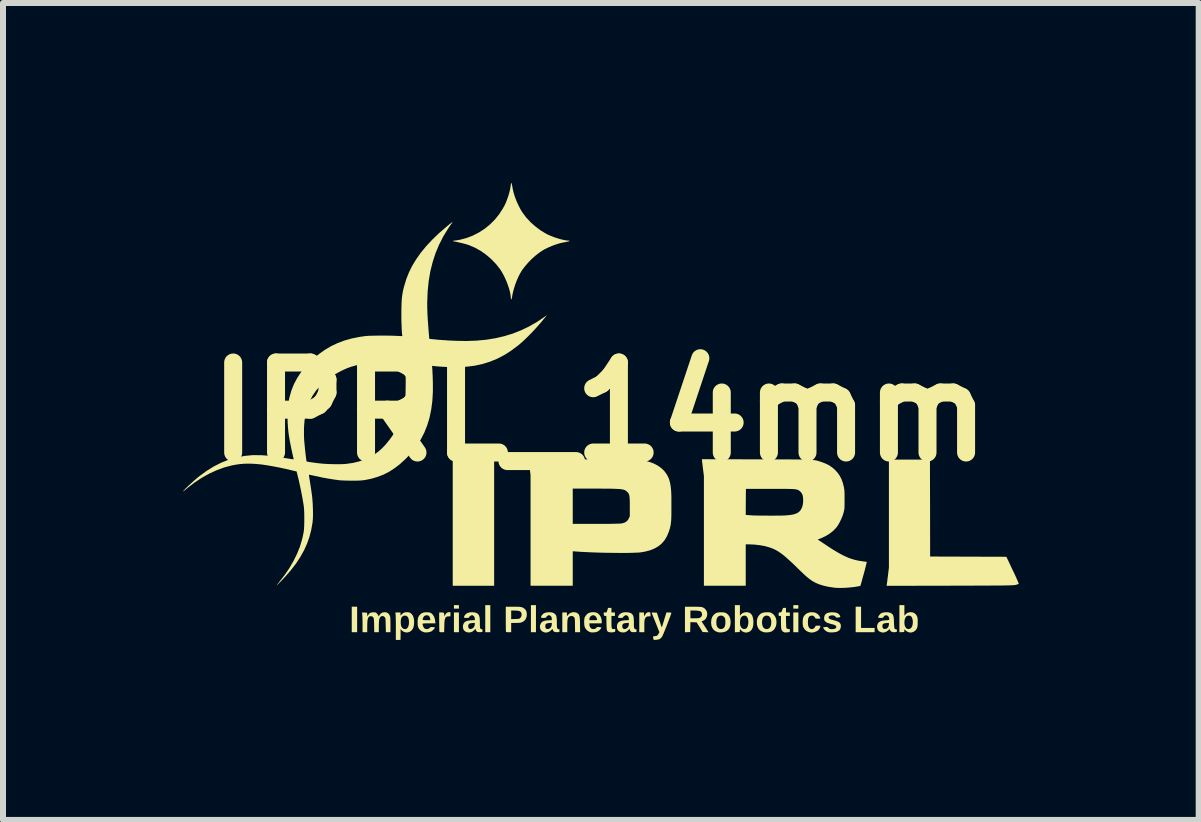
<source format=kicad_pcb>
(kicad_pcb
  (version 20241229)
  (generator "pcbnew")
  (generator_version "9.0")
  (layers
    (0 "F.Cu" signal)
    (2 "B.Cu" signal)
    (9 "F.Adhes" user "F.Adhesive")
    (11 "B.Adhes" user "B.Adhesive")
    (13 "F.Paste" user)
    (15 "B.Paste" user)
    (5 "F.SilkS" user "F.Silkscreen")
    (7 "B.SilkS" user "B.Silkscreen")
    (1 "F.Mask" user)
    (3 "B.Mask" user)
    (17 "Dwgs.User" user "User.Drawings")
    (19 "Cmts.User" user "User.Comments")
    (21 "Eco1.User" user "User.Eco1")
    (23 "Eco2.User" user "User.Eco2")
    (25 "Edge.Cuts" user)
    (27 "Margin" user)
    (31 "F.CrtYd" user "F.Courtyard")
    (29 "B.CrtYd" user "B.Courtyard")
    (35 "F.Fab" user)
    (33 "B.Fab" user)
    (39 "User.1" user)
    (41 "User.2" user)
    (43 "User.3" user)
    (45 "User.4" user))
  (footprint "IPRL_14mm"
    (layer "F.Cu")
    (at 6.943 3.813)
    (property "Reference" "IPRL_14mm" (at 0 0 0) (layer "F.SilkS") (effects (font (size 1.5 1.5) (thickness 0.3))))
    (attr board_only exclude_from_pos_files exclude_from_bom)
    (fp_poly (pts (xy -4.041 3.46) (xy -4.041 3.673) (xy -4.086 3.673) (xy -4.131 3.673) (xy -4.131 3.46) (xy -4.131 3.248) (xy -4.086 3.248) (xy -4.041 3.248)) (stroke (width 0) (type solid)) (fill yes) (layer "F.SilkS"))
    (fp_poly (pts (xy -2.345 3.251) (xy -2.345 3.28) (xy -2.386 3.28) (xy -2.428 3.28) (xy -2.428 3.251) (xy -2.428 3.222) (xy -2.386 3.222) (xy -2.345 3.222)) (stroke (width 0) (type solid)) (fill yes) (layer "F.SilkS"))
    (fp_poly (pts (xy -2.345 3.509) (xy -2.345 3.673) (xy -2.386 3.673) (xy -2.428 3.673) (xy -2.428 3.509) (xy -2.428 3.344) (xy -2.386 3.344) (xy -2.345 3.344)) (stroke (width 0) (type solid)) (fill yes) (layer "F.SilkS"))
    (fp_poly (pts (xy -1.822 3.448) (xy -1.822 3.673) (xy -1.864 3.673) (xy -1.906 3.673) (xy -1.906 3.448) (xy -1.906 3.222) (xy -1.864 3.222) (xy -1.822 3.222)) (stroke (width 0) (type solid)) (fill yes) (layer "F.SilkS"))
    (fp_poly (pts (xy -1.758 1.848) (xy -1.758 2.899) (xy -2.103 2.899) (xy -2.448 2.899) (xy -2.448 1.848) (xy -2.448 0.797) (xy -2.103 0.797) (xy -1.758 0.797)) (stroke (width 0) (type solid)) (fill yes) (layer "F.SilkS"))
    (fp_poly (pts (xy -1.061 3.448) (xy -1.061 3.673) (xy -1.103 3.673) (xy -1.145 3.673) (xy -1.145 3.448) (xy -1.145 3.222) (xy -1.103 3.222) (xy -1.061 3.222)) (stroke (width 0) (type solid)) (fill yes) (layer "F.SilkS"))
    (fp_poly (pts (xy 3.312 3.251) (xy 3.312 3.28) (xy 3.27 3.28) (xy 3.228 3.28) (xy 3.228 3.251) (xy 3.228 3.222) (xy 3.27 3.222) (xy 3.312 3.222)) (stroke (width 0) (type solid)) (fill yes) (layer "F.SilkS"))
    (fp_poly (pts (xy 3.312 3.509) (xy 3.312 3.673) (xy 3.27 3.673) (xy 3.228 3.673) (xy 3.228 3.509) (xy 3.228 3.344) (xy 3.27 3.344) (xy 3.312 3.344)) (stroke (width 0) (type solid)) (fill yes) (layer "F.SilkS"))
    (fp_poly (pts (xy 4.357 3.425) (xy 4.357 3.602) (xy 4.47 3.602) (xy 4.583 3.602) (xy 4.583 3.638) (xy 4.583 3.673) (xy 4.425 3.673) (xy 4.267 3.673) (xy 4.267 3.46) (xy 4.267 3.248) (xy 4.312 3.248) (xy 4.357 3.248)) (stroke (width 0) (type solid)) (fill yes) (layer "F.SilkS"))
    (fp_poly (pts (xy 0.824 3.339) (xy 0.836 3.341) (xy 0.843 3.346) (xy 0.846 3.357) (xy 0.847 3.375) (xy 0.849 3.409) (xy 0.817 3.409) (xy 0.795 3.411) (xy 0.78 3.417) (xy 0.772 3.423) (xy 0.762 3.436) (xy 0.755 3.45) (xy 0.75 3.468) (xy 0.747 3.492) (xy 0.745 3.525) (xy 0.745 3.568) (xy 0.745 3.574) (xy 0.745 3.673) (xy 0.703 3.673) (xy 0.661 3.673) (xy 0.661 3.509) (xy 0.661 3.344) (xy 0.699 3.344) (xy 0.738 3.344) (xy 0.74 3.378) (xy 0.742 3.412) (xy 0.756 3.385) (xy 0.775 3.357) (xy 0.797 3.342) (xy 0.823 3.339)) (stroke (width 0) (type solid)) (fill yes) (layer "F.SilkS"))
    (fp_poly (pts (xy -2.486 3.373) (xy -2.486 3.409) (xy -2.513 3.409) (xy -2.535 3.41) (xy -2.553 3.416) (xy -2.566 3.426) (xy -2.575 3.444) (xy -2.582 3.47) (xy -2.586 3.505) (xy -2.588 3.551) (xy -2.588 3.568) (xy -2.591 3.673) (xy -2.628 3.673) (xy -2.649 3.673) (xy -2.664 3.671) (xy -2.669 3.669) (xy -2.67 3.662) (xy -2.671 3.643) (xy -2.672 3.615) (xy -2.673 3.58) (xy -2.673 3.539) (xy -2.674 3.504) (xy -2.674 3.344) (xy -2.636 3.344) (xy -2.612 3.345) (xy -2.598 3.35) (xy -2.591 3.361) (xy -2.589 3.382) (xy -2.589 3.388) (xy -2.589 3.412) (xy -2.574 3.384) (xy -2.556 3.358) (xy -2.534 3.343) (xy -2.507 3.338) (xy -2.486 3.338)) (stroke (width 0) (type solid)) (fill yes) (layer "F.SilkS"))
    (fp_poly (pts (xy -0.385 3.348) (xy -0.372 3.355) (xy -0.358 3.366) (xy -0.348 3.378) (xy -0.34 3.392) (xy -0.335 3.409) (xy -0.331 3.433) (xy -0.329 3.465) (xy -0.327 3.507) (xy -0.327 3.543) (xy -0.325 3.673) (xy -0.367 3.673) (xy -0.409 3.673) (xy -0.411 3.554) (xy -0.411 3.512) (xy -0.412 3.481) (xy -0.414 3.459) (xy -0.415 3.444) (xy -0.418 3.434) (xy -0.422 3.427) (xy -0.427 3.42) (xy -0.428 3.419) (xy -0.449 3.406) (xy -0.474 3.402) (xy -0.498 3.409) (xy -0.506 3.413) (xy -0.517 3.423) (xy -0.526 3.436) (xy -0.532 3.454) (xy -0.536 3.478) (xy -0.538 3.511) (xy -0.539 3.554) (xy -0.539 3.57) (xy -0.539 3.673) (xy -0.58 3.673) (xy -0.622 3.673) (xy -0.622 3.509) (xy -0.622 3.344) (xy -0.584 3.344) (xy -0.545 3.344) (xy -0.545 3.373) (xy -0.544 3.393) (xy -0.54 3.401) (xy -0.533 3.396) (xy -0.523 3.382) (xy -0.504 3.362) (xy -0.477 3.348) (xy -0.446 3.34) (xy -0.414 3.34)) (stroke (width 0) (type solid)) (fill yes) (layer "F.SilkS"))
    (fp_poly (pts (xy 5.507 1.604) (xy 5.508 2.412) (xy 6.144 2.414) (xy 6.779 2.416) (xy 6.884 2.639) (xy 6.912 2.697) (xy 6.936 2.749) (xy 6.955 2.792) (xy 6.97 2.826) (xy 6.979 2.85) (xy 6.984 2.864) (xy 6.984 2.868) (xy 6.975 2.872) (xy 6.957 2.878) (xy 6.935 2.884) (xy 6.933 2.885) (xy 6.927 2.886) (xy 6.919 2.887) (xy 6.909 2.888) (xy 6.896 2.89) (xy 6.88 2.89) (xy 6.861 2.891) (xy 6.837 2.892) (xy 6.807 2.893) (xy 6.773 2.893) (xy 6.732 2.894) (xy 6.684 2.895) (xy 6.629 2.895) (xy 6.566 2.895) (xy 6.494 2.896) (xy 6.413 2.896) (xy 6.322 2.896) (xy 6.221 2.897) (xy 6.108 2.897) (xy 5.984 2.897) (xy 5.848 2.898) (xy 5.835 2.898) (xy 4.782 2.9) (xy 4.786 2.879) (xy 4.787 2.866) (xy 4.791 2.842) (xy 4.795 2.811) (xy 4.799 2.774) (xy 4.805 2.733) (xy 4.805 2.728) (xy 4.821 2.598) (xy 4.821 1.697) (xy 4.821 0.797) (xy 5.163 0.797) (xy 5.505 0.797)) (stroke (width 0) (type solid)) (fill yes) (layer "F.SilkS"))
    (fp_poly (pts (xy 0.197 3.306) (xy 0.197 3.344) (xy 0.226 3.344) (xy 0.255 3.344) (xy 0.255 3.373) (xy 0.255 3.402) (xy 0.226 3.402) (xy 0.197 3.402) (xy 0.197 3.502) (xy 0.197 3.545) (xy 0.198 3.577) (xy 0.201 3.598) (xy 0.207 3.612) (xy 0.215 3.619) (xy 0.226 3.621) (xy 0.24 3.62) (xy 0.254 3.618) (xy 0.26 3.622) (xy 0.261 3.634) (xy 0.261 3.641) (xy 0.259 3.659) (xy 0.253 3.668) (xy 0.25 3.669) (xy 0.225 3.674) (xy 0.197 3.676) (xy 0.171 3.675) (xy 0.161 3.673) (xy 0.146 3.668) (xy 0.135 3.662) (xy 0.127 3.652) (xy 0.121 3.638) (xy 0.118 3.617) (xy 0.116 3.588) (xy 0.115 3.549) (xy 0.114 3.521) (xy 0.112 3.403) (xy 0.092 3.401) (xy 0.078 3.399) (xy 0.072 3.393) (xy 0.07 3.378) (xy 0.069 3.372) (xy 0.067 3.344) (xy 0.092 3.344) (xy 0.106 3.344) (xy 0.115 3.341) (xy 0.12 3.331) (xy 0.126 3.314) (xy 0.129 3.306) (xy 0.141 3.267) (xy 0.169 3.267) (xy 0.197 3.267)) (stroke (width 0) (type solid)) (fill yes) (layer "F.SilkS"))
    (fp_poly (pts (xy 1.553 3.248) (xy 1.598 3.248) (xy 1.638 3.249) (xy 1.671 3.251) (xy 1.696 3.253) (xy 1.709 3.255) (xy 1.738 3.269) (xy 1.763 3.291) (xy 1.783 3.32) (xy 1.79 3.338) (xy 1.794 3.374) (xy 1.788 3.41) (xy 1.773 3.442) (xy 1.75 3.468) (xy 1.725 3.482) (xy 1.699 3.493) (xy 1.736 3.549) (xy 1.754 3.577) (xy 1.773 3.606) (xy 1.789 3.631) (xy 1.794 3.64) (xy 1.816 3.674) (xy 1.766 3.672) (xy 1.716 3.67) (xy 1.667 3.589) (xy 1.617 3.509) (xy 1.565 3.507) (xy 1.513 3.505) (xy 1.511 3.588) (xy 1.509 3.67) (xy 1.466 3.672) (xy 1.422 3.674) (xy 1.422 3.461) (xy 1.422 3.377) (xy 1.513 3.377) (xy 1.513 3.441) (xy 1.584 3.441) (xy 1.622 3.44) (xy 1.65 3.438) (xy 1.668 3.434) (xy 1.674 3.431) (xy 1.694 3.415) (xy 1.705 3.393) (xy 1.706 3.377) (xy 1.703 3.353) (xy 1.695 3.336) (xy 1.678 3.324) (xy 1.653 3.317) (xy 1.618 3.313) (xy 1.584 3.312) (xy 1.513 3.312) (xy 1.513 3.377) (xy 1.422 3.377) (xy 1.422 3.248)) (stroke (width 0) (type solid)) (fill yes) (layer "F.SilkS"))
    (fp_poly (pts (xy 2.816 3.341) (xy 2.836 3.343) (xy 2.851 3.347) (xy 2.866 3.354) (xy 2.877 3.361) (xy 2.906 3.386) (xy 2.928 3.418) (xy 2.942 3.455) (xy 2.947 3.495) (xy 2.946 3.536) (xy 2.937 3.575) (xy 2.92 3.61) (xy 2.897 3.639) (xy 2.866 3.66) (xy 2.86 3.663) (xy 2.824 3.673) (xy 2.783 3.677) (xy 2.745 3.674) (xy 2.731 3.671) (xy 2.689 3.654) (xy 2.658 3.628) (xy 2.636 3.593) (xy 2.623 3.55) (xy 2.62 3.509) (xy 2.62 3.509) (xy 2.706 3.509) (xy 2.71 3.55) (xy 2.721 3.583) (xy 2.739 3.606) (xy 2.764 3.619) (xy 2.783 3.622) (xy 2.81 3.616) (xy 2.828 3.605) (xy 2.845 3.584) (xy 2.856 3.555) (xy 2.86 3.517) (xy 2.861 3.504) (xy 2.857 3.463) (xy 2.845 3.431) (xy 2.826 3.409) (xy 2.799 3.398) (xy 2.781 3.396) (xy 2.754 3.402) (xy 2.732 3.419) (xy 2.716 3.445) (xy 2.708 3.481) (xy 2.706 3.509) (xy 2.62 3.509) (xy 2.623 3.465) (xy 2.634 3.428) (xy 2.652 3.397) (xy 2.655 3.394) (xy 2.678 3.37) (xy 2.704 3.354) (xy 2.735 3.345) (xy 2.774 3.341) (xy 2.787 3.341)) (stroke (width 0) (type solid)) (fill yes) (layer "F.SilkS"))
    (fp_poly (pts (xy -1.394 3.248) (xy -1.356 3.249) (xy -1.327 3.251) (xy -1.304 3.255) (xy -1.287 3.26) (xy -1.271 3.268) (xy -1.256 3.278) (xy -1.256 3.278) (xy -1.234 3.3) (xy -1.22 3.327) (xy -1.214 3.361) (xy -1.213 3.377) (xy -1.218 3.42) (xy -1.234 3.457) (xy -1.26 3.487) (xy -1.295 3.507) (xy -1.305 3.511) (xy -1.321 3.514) (xy -1.345 3.517) (xy -1.376 3.518) (xy -1.401 3.518) (xy -1.474 3.518) (xy -1.474 3.596) (xy -1.474 3.673) (xy -1.515 3.673) (xy -1.537 3.673) (xy -1.553 3.671) (xy -1.56 3.669) (xy -1.561 3.662) (xy -1.562 3.643) (xy -1.563 3.615) (xy -1.563 3.578) (xy -1.564 3.535) (xy -1.564 3.486) (xy -1.564 3.456) (xy -1.564 3.384) (xy -1.474 3.384) (xy -1.474 3.455) (xy -1.406 3.453) (xy -1.375 3.452) (xy -1.355 3.45) (xy -1.341 3.448) (xy -1.332 3.443) (xy -1.324 3.436) (xy -1.318 3.43) (xy -1.305 3.41) (xy -1.3 3.388) (xy -1.3 3.382) (xy -1.302 3.357) (xy -1.312 3.337) (xy -1.329 3.324) (xy -1.355 3.316) (xy -1.392 3.313) (xy -1.416 3.312) (xy -1.474 3.312) (xy -1.474 3.384) (xy -1.564 3.384) (xy -1.564 3.248) (xy -1.443 3.248)) (stroke (width 0) (type solid)) (fill yes) (layer "F.SilkS"))
    (fp_poly (pts (xy 2.061 3.342) (xy 2.088 3.347) (xy 2.103 3.352) (xy 2.138 3.377) (xy 2.163 3.411) (xy 2.178 3.453) (xy 2.183 3.503) (xy 2.183 3.508) (xy 2.178 3.559) (xy 2.164 3.601) (xy 2.14 3.634) (xy 2.108 3.658) (xy 2.104 3.66) (xy 2.073 3.67) (xy 2.036 3.676) (xy 1.999 3.677) (xy 1.975 3.673) (xy 1.938 3.66) (xy 1.909 3.641) (xy 1.895 3.626) (xy 1.876 3.598) (xy 1.864 3.567) (xy 1.859 3.528) (xy 1.858 3.506) (xy 1.859 3.5) (xy 1.945 3.5) (xy 1.946 3.533) (xy 1.95 3.562) (xy 1.954 3.572) (xy 1.97 3.598) (xy 1.993 3.615) (xy 2.02 3.621) (xy 2.048 3.616) (xy 2.054 3.613) (xy 2.074 3.598) (xy 2.087 3.574) (xy 2.094 3.541) (xy 2.096 3.506) (xy 2.095 3.474) (xy 2.092 3.453) (xy 2.087 3.436) (xy 2.084 3.43) (xy 2.064 3.409) (xy 2.04 3.397) (xy 2.014 3.396) (xy 1.989 3.403) (xy 1.967 3.42) (xy 1.955 3.441) (xy 1.948 3.467) (xy 1.945 3.5) (xy 1.859 3.5) (xy 1.863 3.456) (xy 1.878 3.415) (xy 1.903 3.382) (xy 1.937 3.356) (xy 1.943 3.353) (xy 1.965 3.346) (xy 1.995 3.342) (xy 2.028 3.341)) (stroke (width 0) (type solid)) (fill yes) (layer "F.SilkS"))
    (fp_poly (pts (xy 3.106 3.306) (xy 3.106 3.344) (xy 3.138 3.344) (xy 3.17 3.344) (xy 3.17 3.373) (xy 3.17 3.402) (xy 3.137 3.402) (xy 3.105 3.402) (xy 3.107 3.503) (xy 3.108 3.541) (xy 3.109 3.569) (xy 3.11 3.588) (xy 3.113 3.6) (xy 3.116 3.607) (xy 3.121 3.612) (xy 3.122 3.613) (xy 3.138 3.619) (xy 3.152 3.62) (xy 3.164 3.619) (xy 3.169 3.624) (xy 3.17 3.638) (xy 3.17 3.642) (xy 3.169 3.658) (xy 3.166 3.668) (xy 3.165 3.669) (xy 3.155 3.672) (xy 3.136 3.674) (xy 3.114 3.676) (xy 3.093 3.677) (xy 3.079 3.676) (xy 3.077 3.675) (xy 3.055 3.664) (xy 3.038 3.643) (xy 3.028 3.622) (xy 3.026 3.608) (xy 3.024 3.583) (xy 3.023 3.552) (xy 3.022 3.516) (xy 3.022 3.501) (xy 3.022 3.402) (xy 3.002 3.402) (xy 2.991 3.402) (xy 2.985 3.397) (xy 2.983 3.384) (xy 2.983 3.374) (xy 2.984 3.356) (xy 2.987 3.347) (xy 2.997 3.344) (xy 3.007 3.343) (xy 3.02 3.341) (xy 3.029 3.336) (xy 3.035 3.325) (xy 3.042 3.305) (xy 3.043 3.304) (xy 3.05 3.284) (xy 3.056 3.272) (xy 3.064 3.268) (xy 3.077 3.267) (xy 3.08 3.267) (xy 3.106 3.267)) (stroke (width 0) (type solid)) (fill yes) (layer "F.SilkS"))
    (fp_poly (pts (xy 2.338 3.31) (xy 2.338 3.399) (xy 2.354 3.379) (xy 2.379 3.357) (xy 2.411 3.344) (xy 2.448 3.339) (xy 2.461 3.34) (xy 2.495 3.348) (xy 2.521 3.365) (xy 2.541 3.392) (xy 2.554 3.428) (xy 2.561 3.475) (xy 2.563 3.494) (xy 2.561 3.548) (xy 2.552 3.594) (xy 2.535 3.63) (xy 2.51 3.656) (xy 2.479 3.672) (xy 2.477 3.672) (xy 2.451 3.678) (xy 2.429 3.678) (xy 2.406 3.672) (xy 2.399 3.67) (xy 2.378 3.659) (xy 2.359 3.643) (xy 2.356 3.64) (xy 2.339 3.62) (xy 2.337 3.645) (xy 2.335 3.67) (xy 2.295 3.672) (xy 2.254 3.674) (xy 2.254 3.513) (xy 2.339 3.513) (xy 2.341 3.544) (xy 2.344 3.562) (xy 2.357 3.59) (xy 2.376 3.61) (xy 2.401 3.62) (xy 2.427 3.618) (xy 2.437 3.614) (xy 2.455 3.6) (xy 2.467 3.576) (xy 2.475 3.546) (xy 2.479 3.513) (xy 2.478 3.479) (xy 2.471 3.448) (xy 2.459 3.422) (xy 2.451 3.411) (xy 2.43 3.398) (xy 2.406 3.396) (xy 2.382 3.404) (xy 2.361 3.42) (xy 2.354 3.43) (xy 2.346 3.451) (xy 2.341 3.48) (xy 2.339 3.513) (xy 2.254 3.513) (xy 2.254 3.448) (xy 2.254 3.222) (xy 2.296 3.222) (xy 2.338 3.222)) (stroke (width 0) (type solid)) (fill yes) (layer "F.SilkS"))
    (fp_poly (pts (xy 5.079 3.31) (xy 5.079 3.399) (xy 5.095 3.379) (xy 5.121 3.356) (xy 5.152 3.343) (xy 5.187 3.339) (xy 5.221 3.344) (xy 5.251 3.359) (xy 5.259 3.366) (xy 5.277 3.385) (xy 5.289 3.406) (xy 5.297 3.432) (xy 5.301 3.465) (xy 5.301 3.506) (xy 5.3 3.547) (xy 5.297 3.579) (xy 5.29 3.603) (xy 5.28 3.623) (xy 5.264 3.642) (xy 5.26 3.647) (xy 5.234 3.665) (xy 5.204 3.676) (xy 5.179 3.679) (xy 5.165 3.677) (xy 5.146 3.672) (xy 5.141 3.67) (xy 5.119 3.659) (xy 5.1 3.644) (xy 5.097 3.642) (xy 5.08 3.622) (xy 5.078 3.646) (xy 5.076 3.67) (xy 5.036 3.672) (xy 4.996 3.674) (xy 4.996 3.516) (xy 5.079 3.516) (xy 5.082 3.55) (xy 5.09 3.577) (xy 5.105 3.602) (xy 5.126 3.617) (xy 5.151 3.621) (xy 5.176 3.614) (xy 5.188 3.605) (xy 5.203 3.585) (xy 5.214 3.558) (xy 5.219 3.526) (xy 5.22 3.492) (xy 5.215 3.459) (xy 5.206 3.431) (xy 5.193 3.41) (xy 5.183 3.403) (xy 5.16 3.396) (xy 5.135 3.398) (xy 5.115 3.406) (xy 5.1 3.423) (xy 5.088 3.449) (xy 5.081 3.481) (xy 5.079 3.516) (xy 4.996 3.516) (xy 4.996 3.448) (xy 4.996 3.222) (xy 5.037 3.222) (xy 5.079 3.222)) (stroke (width 0) (type solid)) (fill yes) (layer "F.SilkS"))
    (fp_poly (pts (xy 3.563 3.341) (xy 3.603 3.351) (xy 3.636 3.372) (xy 3.662 3.401) (xy 3.676 3.433) (xy 3.678 3.441) (xy 3.675 3.445) (xy 3.665 3.447) (xy 3.646 3.447) (xy 3.638 3.448) (xy 3.617 3.447) (xy 3.602 3.445) (xy 3.596 3.442) (xy 3.592 3.433) (xy 3.583 3.42) (xy 3.579 3.416) (xy 3.563 3.401) (xy 3.546 3.396) (xy 3.54 3.396) (xy 3.513 3.4) (xy 3.494 3.411) (xy 3.48 3.432) (xy 3.473 3.463) (xy 3.471 3.506) (xy 3.473 3.55) (xy 3.482 3.583) (xy 3.497 3.606) (xy 3.518 3.618) (xy 3.542 3.622) (xy 3.557 3.617) (xy 3.574 3.606) (xy 3.588 3.591) (xy 3.595 3.577) (xy 3.596 3.574) (xy 3.598 3.568) (xy 3.607 3.565) (xy 3.625 3.564) (xy 3.638 3.564) (xy 3.663 3.564) (xy 3.676 3.568) (xy 3.679 3.578) (xy 3.674 3.594) (xy 3.667 3.609) (xy 3.646 3.637) (xy 3.615 3.658) (xy 3.578 3.672) (xy 3.577 3.673) (xy 3.547 3.678) (xy 3.522 3.678) (xy 3.495 3.673) (xy 3.484 3.67) (xy 3.45 3.655) (xy 3.421 3.63) (xy 3.399 3.597) (xy 3.392 3.581) (xy 3.386 3.555) (xy 3.384 3.522) (xy 3.384 3.488) (xy 3.388 3.455) (xy 3.393 3.428) (xy 3.397 3.418) (xy 3.422 3.383) (xy 3.455 3.358) (xy 3.495 3.344) (xy 3.517 3.34)) (stroke (width 0) (type solid)) (fill yes) (layer "F.SilkS"))
    (fp_poly (pts (xy -3.164 3.346) (xy -3.137 3.365) (xy -3.115 3.393) (xy -3.101 3.427) (xy -3.093 3.469) (xy -3.091 3.514) (xy -3.095 3.558) (xy -3.105 3.598) (xy -3.114 3.618) (xy -3.137 3.647) (xy -3.166 3.667) (xy -3.199 3.677) (xy -3.233 3.676) (xy -3.266 3.666) (xy -3.296 3.645) (xy -3.298 3.643) (xy -3.32 3.62) (xy -3.318 3.645) (xy -3.317 3.662) (xy -3.317 3.688) (xy -3.317 3.719) (xy -3.317 3.736) (xy -3.319 3.802) (xy -3.357 3.802) (xy -3.396 3.802) (xy -3.396 3.603) (xy -3.396 3.552) (xy -3.396 3.515) (xy -3.315 3.515) (xy -3.312 3.546) (xy -3.307 3.571) (xy -3.304 3.581) (xy -3.286 3.604) (xy -3.264 3.618) (xy -3.24 3.622) (xy -3.217 3.615) (xy -3.206 3.606) (xy -3.191 3.584) (xy -3.181 3.553) (xy -3.177 3.517) (xy -3.178 3.48) (xy -3.184 3.446) (xy -3.197 3.42) (xy -3.216 3.403) (xy -3.239 3.396) (xy -3.262 3.398) (xy -3.284 3.409) (xy -3.301 3.428) (xy -3.31 3.453) (xy -3.314 3.482) (xy -3.315 3.515) (xy -3.396 3.515) (xy -3.396 3.504) (xy -3.397 3.461) (xy -3.398 3.424) (xy -3.399 3.396) (xy -3.4 3.378) (xy -3.4 3.374) (xy -3.404 3.344) (xy -3.361 3.344) (xy -3.319 3.344) (xy -3.319 3.37) (xy -3.319 3.396) (xy -3.293 3.371) (xy -3.272 3.353) (xy -3.251 3.344) (xy -3.238 3.341) (xy -3.197 3.339)) (stroke (width 0) (type solid)) (fill yes) (layer "F.SilkS"))
    (fp_poly (pts (xy 1.176 3.345) (xy 1.191 3.347) (xy 1.196 3.35) (xy 1.194 3.359) (xy 1.188 3.378) (xy 1.178 3.406) (xy 1.165 3.44) (xy 1.15 3.479) (xy 1.134 3.521) (xy 1.118 3.564) (xy 1.101 3.606) (xy 1.085 3.646) (xy 1.071 3.681) (xy 1.059 3.71) (xy 1.049 3.731) (xy 1.044 3.743) (xy 1.044 3.743) (xy 1.029 3.763) (xy 1.012 3.779) (xy 1.004 3.785) (xy 0.987 3.792) (xy 0.964 3.797) (xy 0.938 3.8) (xy 0.916 3.801) (xy 0.901 3.798) (xy 0.896 3.79) (xy 0.893 3.773) (xy 0.893 3.767) (xy 0.893 3.739) (xy 0.918 3.739) (xy 0.945 3.736) (xy 0.964 3.725) (xy 0.979 3.704) (xy 0.982 3.698) (xy 0.996 3.672) (xy 0.983 3.639) (xy 0.976 3.623) (xy 0.966 3.597) (xy 0.953 3.564) (xy 0.938 3.526) (xy 0.922 3.486) (xy 0.919 3.478) (xy 0.904 3.441) (xy 0.89 3.407) (xy 0.879 3.379) (xy 0.872 3.359) (xy 0.868 3.349) (xy 0.868 3.348) (xy 0.873 3.346) (xy 0.889 3.345) (xy 0.91 3.346) (xy 0.911 3.346) (xy 0.954 3.348) (xy 0.992 3.464) (xy 1.004 3.501) (xy 1.015 3.534) (xy 1.024 3.561) (xy 1.03 3.58) (xy 1.033 3.589) (xy 1.033 3.589) (xy 1.036 3.588) (xy 1.042 3.576) (xy 1.049 3.556) (xy 1.054 3.538) (xy 1.065 3.503) (xy 1.077 3.463) (xy 1.088 3.424) (xy 1.093 3.41) (xy 1.113 3.344) (xy 1.155 3.344)) (stroke (width 0) (type solid)) (fill yes) (layer "F.SilkS"))
    (fp_poly (pts (xy -0.064 3.343) (xy -0.062 3.344) (xy -0.029 3.359) (xy -0.002 3.385) (xy 0.019 3.419) (xy 0.032 3.459) (xy 0.035 3.497) (xy 0.035 3.525) (xy -0.068 3.525) (xy -0.171 3.525) (xy -0.171 3.545) (xy -0.167 3.57) (xy -0.156 3.594) (xy -0.141 3.611) (xy -0.135 3.614) (xy -0.109 3.621) (xy -0.084 3.619) (xy -0.063 3.609) (xy -0.049 3.594) (xy -0.047 3.59) (xy -0.041 3.587) (xy -0.026 3.587) (xy -0.007 3.587) (xy 0.011 3.59) (xy 0.025 3.593) (xy 0.029 3.596) (xy 0.024 3.608) (xy 0.012 3.625) (xy -0.004 3.641) (xy -0.021 3.655) (xy -0.027 3.659) (xy -0.056 3.67) (xy -0.093 3.676) (xy -0.13 3.677) (xy -0.155 3.673) (xy -0.187 3.659) (xy -0.215 3.637) (xy -0.238 3.608) (xy -0.246 3.591) (xy -0.254 3.563) (xy -0.257 3.529) (xy -0.258 3.492) (xy -0.255 3.458) (xy -0.255 3.457) (xy -0.171 3.457) (xy -0.171 3.473) (xy -0.106 3.473) (xy -0.076 3.473) (xy -0.057 3.472) (xy -0.047 3.47) (xy -0.042 3.466) (xy -0.042 3.463) (xy -0.046 3.444) (xy -0.057 3.422) (xy -0.07 3.404) (xy -0.075 3.4) (xy -0.098 3.39) (xy -0.122 3.392) (xy -0.144 3.402) (xy -0.161 3.421) (xy -0.17 3.445) (xy -0.171 3.457) (xy -0.255 3.457) (xy -0.25 3.43) (xy -0.246 3.42) (xy -0.225 3.388) (xy -0.197 3.362) (xy -0.183 3.353) (xy -0.158 3.345) (xy -0.127 3.34) (xy -0.094 3.34)) (stroke (width 0) (type solid)) (fill yes) (layer "F.SilkS"))
    (fp_poly (pts (xy -2.855 3.342) (xy -2.836 3.344) (xy -2.821 3.349) (xy -2.806 3.357) (xy -2.804 3.358) (xy -2.779 3.382) (xy -2.759 3.416) (xy -2.745 3.457) (xy -2.741 3.485) (xy -2.736 3.525) (xy -2.844 3.525) (xy -2.889 3.525) (xy -2.922 3.527) (xy -2.943 3.529) (xy -2.951 3.531) (xy -2.951 3.532) (xy -2.948 3.554) (xy -2.94 3.577) (xy -2.929 3.598) (xy -2.92 3.609) (xy -2.896 3.62) (xy -2.869 3.621) (xy -2.844 3.611) (xy -2.834 3.603) (xy -2.822 3.592) (xy -2.811 3.587) (xy -2.796 3.586) (xy -2.78 3.588) (xy -2.761 3.59) (xy -2.748 3.593) (xy -2.744 3.594) (xy -2.749 3.605) (xy -2.761 3.621) (xy -2.776 3.637) (xy -2.793 3.652) (xy -2.806 3.66) (xy -2.837 3.671) (xy -2.874 3.676) (xy -2.911 3.676) (xy -2.928 3.673) (xy -2.967 3.657) (xy -2.998 3.632) (xy -3.013 3.61) (xy -3.023 3.592) (xy -3.029 3.573) (xy -3.032 3.549) (xy -3.033 3.525) (xy -3.033 3.474) (xy -3.031 3.466) (xy -2.948 3.466) (xy -2.947 3.468) (xy -2.94 3.47) (xy -2.922 3.472) (xy -2.898 3.473) (xy -2.883 3.473) (xy -2.822 3.473) (xy -2.822 3.457) (xy -2.826 3.435) (xy -2.836 3.414) (xy -2.85 3.398) (xy -2.854 3.396) (xy -2.878 3.39) (xy -2.904 3.394) (xy -2.921 3.403) (xy -2.932 3.416) (xy -2.942 3.434) (xy -2.948 3.452) (xy -2.948 3.466) (xy -3.031 3.466) (xy -3.025 3.431) (xy -3.009 3.398) (xy -2.985 3.372) (xy -2.964 3.357) (xy -2.946 3.349) (xy -2.928 3.344) (xy -2.906 3.341) (xy -2.883 3.341)) (stroke (width 0) (type solid)) (fill yes) (layer "F.SilkS"))
    (fp_poly (pts (xy 3.922 3.344) (xy 3.958 3.353) (xy 3.984 3.369) (xy 3.997 3.385) (xy 4.009 3.405) (xy 4.01 3.417) (xy 4 3.424) (xy 3.978 3.428) (xy 3.978 3.428) (xy 3.958 3.43) (xy 3.946 3.428) (xy 3.937 3.421) (xy 3.932 3.414) (xy 3.913 3.399) (xy 3.887 3.392) (xy 3.856 3.394) (xy 3.844 3.397) (xy 3.827 3.405) (xy 3.818 3.414) (xy 3.816 3.423) (xy 3.817 3.436) (xy 3.825 3.446) (xy 3.84 3.455) (xy 3.866 3.464) (xy 3.898 3.473) (xy 3.943 3.485) (xy 3.976 3.499) (xy 3.999 3.514) (xy 4.013 3.532) (xy 4.02 3.555) (xy 4.02 3.58) (xy 4.013 3.614) (xy 3.997 3.639) (xy 3.97 3.658) (xy 3.966 3.66) (xy 3.941 3.669) (xy 3.908 3.674) (xy 3.872 3.677) (xy 3.837 3.676) (xy 3.816 3.673) (xy 3.786 3.662) (xy 3.759 3.644) (xy 3.739 3.621) (xy 3.733 3.611) (xy 3.725 3.591) (xy 3.76 3.587) (xy 3.78 3.585) (xy 3.794 3.586) (xy 3.805 3.593) (xy 3.814 3.602) (xy 3.826 3.613) (xy 3.838 3.619) (xy 3.854 3.621) (xy 3.875 3.622) (xy 3.909 3.619) (xy 3.931 3.61) (xy 3.943 3.596) (xy 3.944 3.586) (xy 3.942 3.573) (xy 3.934 3.563) (xy 3.919 3.554) (xy 3.895 3.545) (xy 3.865 3.538) (xy 3.83 3.528) (xy 3.804 3.52) (xy 3.785 3.512) (xy 3.77 3.502) (xy 3.757 3.49) (xy 3.747 3.476) (xy 3.742 3.459) (xy 3.741 3.438) (xy 3.746 3.404) (xy 3.76 3.377) (xy 3.784 3.358) (xy 3.819 3.346) (xy 3.864 3.341) (xy 3.876 3.341)) (stroke (width 0) (type solid)) (fill yes) (layer "F.SilkS"))
    (fp_poly (pts (xy -3.556 3.342) (xy -3.528 3.355) (xy -3.506 3.38) (xy -3.501 3.389) (xy -3.496 3.4) (xy -3.492 3.411) (xy -3.489 3.424) (xy -3.488 3.441) (xy -3.487 3.464) (xy -3.486 3.496) (xy -3.486 3.539) (xy -3.486 3.546) (xy -3.486 3.673) (xy -3.524 3.673) (xy -3.562 3.673) (xy -3.565 3.558) (xy -3.566 3.516) (xy -3.567 3.485) (xy -3.568 3.462) (xy -3.57 3.447) (xy -3.573 3.436) (xy -3.577 3.428) (xy -3.58 3.424) (xy -3.599 3.408) (xy -3.621 3.403) (xy -3.642 3.409) (xy -3.653 3.418) (xy -3.662 3.43) (xy -3.669 3.445) (xy -3.674 3.466) (xy -3.677 3.494) (xy -3.679 3.531) (xy -3.68 3.578) (xy -3.68 3.673) (xy -3.718 3.673) (xy -3.756 3.673) (xy -3.758 3.558) (xy -3.759 3.516) (xy -3.76 3.485) (xy -3.762 3.462) (xy -3.764 3.447) (xy -3.767 3.436) (xy -3.771 3.428) (xy -3.774 3.424) (xy -3.787 3.411) (xy -3.804 3.406) (xy -3.812 3.406) (xy -3.831 3.408) (xy -3.845 3.417) (xy -3.857 3.433) (xy -3.865 3.457) (xy -3.87 3.491) (xy -3.872 3.536) (xy -3.873 3.581) (xy -3.873 3.673) (xy -3.912 3.673) (xy -3.951 3.673) (xy -3.951 3.552) (xy -3.951 3.51) (xy -3.952 3.47) (xy -3.953 3.433) (xy -3.954 3.404) (xy -3.955 3.388) (xy -3.959 3.344) (xy -3.918 3.346) (xy -3.876 3.348) (xy -3.873 3.379) (xy -3.87 3.41) (xy -3.858 3.388) (xy -3.841 3.364) (xy -3.819 3.349) (xy -3.79 3.342) (xy -3.772 3.341) (xy -3.748 3.342) (xy -3.732 3.345) (xy -3.72 3.353) (xy -3.715 3.357) (xy -3.701 3.374) (xy -3.69 3.392) (xy -3.69 3.392) (xy -3.682 3.411) (xy -3.669 3.388) (xy -3.648 3.362) (xy -3.621 3.346) (xy -3.591 3.34)) (stroke (width 0) (type solid)) (fill yes) (layer "F.SilkS"))
    (fp_poly (pts (xy 0.458 3.341) (xy 0.491 3.345) (xy 0.518 3.354) (xy 0.521 3.356) (xy 0.539 3.369) (xy 0.552 3.384) (xy 0.561 3.403) (xy 0.567 3.429) (xy 0.57 3.462) (xy 0.571 3.507) (xy 0.571 3.512) (xy 0.571 3.548) (xy 0.572 3.574) (xy 0.573 3.591) (xy 0.576 3.602) (xy 0.579 3.61) (xy 0.584 3.616) (xy 0.597 3.624) (xy 0.607 3.625) (xy 0.613 3.626) (xy 0.615 3.634) (xy 0.615 3.646) (xy 0.613 3.67) (xy 0.576 3.672) (xy 0.546 3.672) (xy 0.526 3.666) (xy 0.513 3.654) (xy 0.506 3.639) (xy 0.498 3.617) (xy 0.475 3.641) (xy 0.444 3.665) (xy 0.409 3.677) (xy 0.37 3.676) (xy 0.352 3.672) (xy 0.322 3.658) (xy 0.301 3.634) (xy 0.29 3.604) (xy 0.289 3.574) (xy 0.377 3.574) (xy 0.382 3.599) (xy 0.395 3.615) (xy 0.414 3.621) (xy 0.438 3.616) (xy 0.448 3.611) (xy 0.471 3.591) (xy 0.484 3.563) (xy 0.487 3.541) (xy 0.487 3.517) (xy 0.445 3.52) (xy 0.414 3.524) (xy 0.393 3.532) (xy 0.382 3.546) (xy 0.377 3.568) (xy 0.377 3.574) (xy 0.289 3.574) (xy 0.289 3.567) (xy 0.289 3.566) (xy 0.296 3.535) (xy 0.312 3.511) (xy 0.337 3.493) (xy 0.372 3.481) (xy 0.417 3.475) (xy 0.427 3.475) (xy 0.487 3.472) (xy 0.487 3.446) (xy 0.482 3.422) (xy 0.469 3.403) (xy 0.45 3.391) (xy 0.439 3.389) (xy 0.424 3.394) (xy 0.408 3.404) (xy 0.395 3.416) (xy 0.39 3.428) (xy 0.384 3.432) (xy 0.368 3.434) (xy 0.348 3.435) (xy 0.325 3.434) (xy 0.313 3.432) (xy 0.307 3.428) (xy 0.306 3.423) (xy 0.312 3.405) (xy 0.325 3.384) (xy 0.344 3.366) (xy 0.361 3.355) (xy 0.389 3.345) (xy 0.422 3.34)) (stroke (width 0) (type solid)) (fill yes) (layer "F.SilkS"))
    (fp_poly (pts (xy -0.791 3.345) (xy -0.764 3.355) (xy -0.763 3.356) (xy -0.745 3.369) (xy -0.731 3.384) (xy -0.722 3.403) (xy -0.717 3.429) (xy -0.714 3.462) (xy -0.713 3.507) (xy -0.713 3.512) (xy -0.713 3.548) (xy -0.712 3.574) (xy -0.711 3.591) (xy -0.708 3.602) (xy -0.704 3.61) (xy -0.699 3.616) (xy -0.687 3.624) (xy -0.676 3.625) (xy -0.67 3.626) (xy -0.668 3.634) (xy -0.669 3.646) (xy -0.671 3.67) (xy -0.708 3.672) (xy -0.737 3.672) (xy -0.757 3.666) (xy -0.77 3.654) (xy -0.778 3.639) (xy -0.786 3.617) (xy -0.809 3.641) (xy -0.836 3.662) (xy -0.869 3.676) (xy -0.897 3.679) (xy -0.911 3.677) (xy -0.93 3.672) (xy -0.935 3.67) (xy -0.964 3.654) (xy -0.984 3.629) (xy -0.994 3.599) (xy -0.994 3.574) (xy -0.906 3.574) (xy -0.902 3.599) (xy -0.889 3.615) (xy -0.869 3.621) (xy -0.844 3.616) (xy -0.835 3.612) (xy -0.814 3.594) (xy -0.801 3.568) (xy -0.797 3.541) (xy -0.797 3.517) (xy -0.838 3.52) (xy -0.87 3.524) (xy -0.89 3.532) (xy -0.902 3.546) (xy -0.906 3.568) (xy -0.906 3.574) (xy -0.994 3.574) (xy -0.994 3.565) (xy -0.986 3.539) (xy -0.972 3.514) (xy -0.953 3.497) (xy -0.926 3.485) (xy -0.89 3.477) (xy -0.857 3.475) (xy -0.797 3.472) (xy -0.797 3.446) (xy -0.802 3.422) (xy -0.815 3.403) (xy -0.834 3.391) (xy -0.845 3.389) (xy -0.86 3.394) (xy -0.875 3.404) (xy -0.888 3.416) (xy -0.893 3.428) (xy -0.899 3.432) (xy -0.916 3.434) (xy -0.935 3.435) (xy -0.958 3.434) (xy -0.971 3.432) (xy -0.976 3.428) (xy -0.977 3.423) (xy -0.972 3.404) (xy -0.957 3.383) (xy -0.937 3.364) (xy -0.924 3.356) (xy -0.896 3.346) (xy -0.861 3.341) (xy -0.825 3.34)) (stroke (width 0) (type solid)) (fill yes) (layer "F.SilkS"))
    (fp_poly (pts (xy -2.109 3.341) (xy -2.076 3.345) (xy -2.049 3.354) (xy -2.046 3.356) (xy -2.028 3.369) (xy -2.015 3.384) (xy -2.006 3.403) (xy -2 3.429) (xy -1.997 3.462) (xy -1.996 3.507) (xy -1.996 3.512) (xy -1.996 3.548) (xy -1.995 3.574) (xy -1.994 3.591) (xy -1.992 3.602) (xy -1.988 3.61) (xy -1.983 3.616) (xy -1.97 3.624) (xy -1.96 3.625) (xy -1.954 3.626) (xy -1.952 3.634) (xy -1.952 3.646) (xy -1.954 3.67) (xy -1.991 3.672) (xy -2.021 3.672) (xy -2.041 3.666) (xy -2.054 3.654) (xy -2.061 3.639) (xy -2.069 3.617) (xy -2.092 3.641) (xy -2.123 3.665) (xy -2.158 3.677) (xy -2.197 3.676) (xy -2.216 3.672) (xy -2.244 3.658) (xy -2.265 3.635) (xy -2.277 3.604) (xy -2.278 3.574) (xy -2.19 3.574) (xy -2.188 3.594) (xy -2.181 3.607) (xy -2.175 3.612) (xy -2.16 3.62) (xy -2.145 3.62) (xy -2.126 3.613) (xy -2.123 3.612) (xy -2.099 3.594) (xy -2.085 3.568) (xy -2.08 3.541) (xy -2.08 3.517) (xy -2.122 3.52) (xy -2.153 3.524) (xy -2.174 3.532) (xy -2.185 3.546) (xy -2.19 3.568) (xy -2.19 3.574) (xy -2.278 3.574) (xy -2.278 3.568) (xy -2.277 3.561) (xy -2.268 3.531) (xy -2.252 3.508) (xy -2.227 3.491) (xy -2.193 3.481) (xy -2.147 3.475) (xy -2.14 3.475) (xy -2.08 3.472) (xy -2.08 3.446) (xy -2.085 3.422) (xy -2.098 3.403) (xy -2.117 3.391) (xy -2.128 3.389) (xy -2.143 3.394) (xy -2.159 3.404) (xy -2.172 3.416) (xy -2.177 3.428) (xy -2.183 3.432) (xy -2.199 3.434) (xy -2.219 3.435) (xy -2.242 3.434) (xy -2.254 3.432) (xy -2.26 3.428) (xy -2.261 3.423) (xy -2.255 3.405) (xy -2.242 3.384) (xy -2.223 3.366) (xy -2.206 3.355) (xy -2.179 3.345) (xy -2.145 3.34)) (stroke (width 0) (type solid)) (fill yes) (layer "F.SilkS"))
    (fp_poly (pts (xy 4.823 3.344) (xy 4.849 3.352) (xy 4.853 3.354) (xy 4.87 3.365) (xy 4.882 3.376) (xy 4.891 3.39) (xy 4.897 3.408) (xy 4.901 3.432) (xy 4.904 3.466) (xy 4.905 3.506) (xy 4.907 3.548) (xy 4.909 3.578) (xy 4.912 3.599) (xy 4.916 3.613) (xy 4.922 3.62) (xy 4.931 3.624) (xy 4.939 3.625) (xy 4.951 3.629) (xy 4.956 3.643) (xy 4.956 3.644) (xy 4.955 3.658) (xy 4.948 3.667) (xy 4.932 3.672) (xy 4.906 3.673) (xy 4.905 3.673) (xy 4.875 3.67) (xy 4.854 3.658) (xy 4.84 3.637) (xy 4.838 3.631) (xy 4.835 3.623) (xy 4.83 3.623) (xy 4.821 3.63) (xy 4.81 3.641) (xy 4.782 3.662) (xy 4.75 3.675) (xy 4.721 3.679) (xy 4.707 3.677) (xy 4.688 3.672) (xy 4.683 3.67) (xy 4.663 3.661) (xy 4.648 3.65) (xy 4.646 3.647) (xy 4.633 3.625) (xy 4.625 3.596) (xy 4.624 3.571) (xy 4.712 3.571) (xy 4.716 3.597) (xy 4.729 3.614) (xy 4.749 3.62) (xy 4.774 3.616) (xy 4.783 3.612) (xy 4.805 3.594) (xy 4.818 3.567) (xy 4.822 3.534) (xy 4.822 3.529) (xy 4.82 3.522) (xy 4.815 3.519) (xy 4.802 3.519) (xy 4.779 3.52) (xy 4.748 3.525) (xy 4.727 3.533) (xy 4.716 3.547) (xy 4.712 3.567) (xy 4.712 3.571) (xy 4.624 3.571) (xy 4.624 3.569) (xy 4.625 3.561) (xy 4.635 3.531) (xy 4.653 3.508) (xy 4.679 3.491) (xy 4.714 3.481) (xy 4.76 3.475) (xy 4.767 3.475) (xy 4.797 3.473) (xy 4.816 3.47) (xy 4.825 3.465) (xy 4.828 3.455) (xy 4.825 3.44) (xy 4.821 3.427) (xy 4.81 3.407) (xy 4.793 3.394) (xy 4.772 3.391) (xy 4.752 3.396) (xy 4.736 3.411) (xy 4.732 3.417) (xy 4.727 3.427) (xy 4.719 3.432) (xy 4.706 3.434) (xy 4.684 3.435) (xy 4.682 3.435) (xy 4.66 3.434) (xy 4.645 3.431) (xy 4.641 3.428) (xy 4.646 3.41) (xy 4.659 3.389) (xy 4.676 3.37) (xy 4.693 3.357) (xy 4.72 3.347) (xy 4.753 3.341) (xy 4.789 3.34)) (stroke (width 0) (type solid)) (fill yes) (layer "F.SilkS"))
    (fp_poly (pts (xy -1.468 -3.811) (xy -1.465 -3.803) (xy -1.462 -3.788) (xy -1.457 -3.764) (xy -1.451 -3.73) (xy -1.451 -3.728) (xy -1.435 -3.657) (xy -1.411 -3.58) (xy -1.381 -3.502) (xy -1.346 -3.427) (xy -1.309 -3.357) (xy -1.28 -3.313) (xy -1.221 -3.235) (xy -1.151 -3.16) (xy -1.073 -3.091) (xy -0.99 -3.028) (xy -0.904 -2.975) (xy -0.858 -2.951) (xy -0.812 -2.931) (xy -0.762 -2.911) (xy -0.709 -2.894) (xy -0.657 -2.878) (xy -0.608 -2.866) (xy -0.566 -2.858) (xy -0.531 -2.854) (xy -0.527 -2.854) (xy -0.508 -2.853) (xy -0.501 -2.849) (xy -0.506 -2.844) (xy -0.522 -2.838) (xy -0.534 -2.836) (xy -0.557 -2.831) (xy -0.587 -2.825) (xy -0.617 -2.82) (xy -0.621 -2.819) (xy -0.675 -2.806) (xy -0.735 -2.787) (xy -0.799 -2.763) (xy -0.861 -2.736) (xy -0.918 -2.708) (xy -0.943 -2.694) (xy -1.005 -2.653) (xy -1.069 -2.603) (xy -1.132 -2.547) (xy -1.192 -2.485) (xy -1.246 -2.422) (xy -1.293 -2.36) (xy -1.322 -2.312) (xy -1.354 -2.25) (xy -1.384 -2.181) (xy -1.411 -2.108) (xy -1.433 -2.036) (xy -1.449 -1.97) (xy -1.451 -1.961) (xy -1.457 -1.926) (xy -1.462 -1.902) (xy -1.465 -1.887) (xy -1.468 -1.878) (xy -1.471 -1.875) (xy -1.474 -1.874) (xy -1.474 -1.874) (xy -1.478 -1.879) (xy -1.48 -1.894) (xy -1.48 -1.9) (xy -1.484 -1.944) (xy -1.494 -1.997) (xy -1.51 -2.056) (xy -1.531 -2.118) (xy -1.555 -2.181) (xy -1.583 -2.243) (xy -1.613 -2.301) (xy -1.644 -2.354) (xy -1.657 -2.374) (xy -1.726 -2.462) (xy -1.804 -2.543) (xy -1.889 -2.616) (xy -1.979 -2.68) (xy -2.075 -2.734) (xy -2.173 -2.776) (xy -2.211 -2.789) (xy -2.233 -2.795) (xy -2.262 -2.803) (xy -2.295 -2.811) (xy -2.331 -2.82) (xy -2.365 -2.827) (xy -2.396 -2.834) (xy -2.421 -2.839) (xy -2.436 -2.841) (xy -2.439 -2.841) (xy -2.441 -2.846) (xy -2.441 -2.848) (xy -2.436 -2.852) (xy -2.422 -2.854) (xy -2.418 -2.854) (xy -2.402 -2.855) (xy -2.377 -2.859) (xy -2.348 -2.864) (xy -2.329 -2.867) (xy -2.219 -2.896) (xy -2.112 -2.937) (xy -2.011 -2.989) (xy -1.915 -3.051) (xy -1.827 -3.123) (xy -1.746 -3.204) (xy -1.673 -3.294) (xy -1.611 -3.391) (xy -1.583 -3.442) (xy -1.56 -3.491) (xy -1.539 -3.547) (xy -1.519 -3.606) (xy -1.502 -3.664) (xy -1.49 -3.718) (xy -1.483 -3.764) (xy -1.482 -3.767) (xy -1.48 -3.789) (xy -1.476 -3.805) (xy -1.473 -3.812) (xy -1.47 -3.813)) (stroke (width 0) (type solid)) (fill yes) (layer "F.SilkS"))
    (fp_poly (pts (xy -0.564 0.791) (xy -0.464 0.791) (xy -0.36 0.792) (xy -0.273 0.792) (xy -0.143 0.792) (xy -0.025 0.792) (xy 0.081 0.793) (xy 0.176 0.793) (xy 0.261 0.793) (xy 0.336 0.794) (xy 0.403 0.794) (xy 0.462 0.795) (xy 0.513 0.796) (xy 0.558 0.797) (xy 0.596 0.798) (xy 0.63 0.8) (xy 0.658 0.801) (xy 0.683 0.803) (xy 0.704 0.806) (xy 0.723 0.808) (xy 0.74 0.811) (xy 0.756 0.815) (xy 0.771 0.818) (xy 0.786 0.823) (xy 0.803 0.827) (xy 0.819 0.832) (xy 0.899 0.86) (xy 0.97 0.897) (xy 1.031 0.941) (xy 1.083 0.993) (xy 1.124 1.051) (xy 1.155 1.116) (xy 1.17 1.167) (xy 1.177 1.199) (xy 1.182 1.23) (xy 1.187 1.263) (xy 1.19 1.298) (xy 1.193 1.337) (xy 1.195 1.383) (xy 1.196 1.437) (xy 1.196 1.5) (xy 1.196 1.567) (xy 1.196 1.64) (xy 1.196 1.702) (xy 1.195 1.754) (xy 1.193 1.798) (xy 1.19 1.836) (xy 1.186 1.87) (xy 1.181 1.9) (xy 1.174 1.929) (xy 1.166 1.959) (xy 1.156 1.991) (xy 1.153 1.998) (xy 1.123 2.072) (xy 1.085 2.136) (xy 1.038 2.192) (xy 0.982 2.239) (xy 0.916 2.277) (xy 0.841 2.308) (xy 0.756 2.33) (xy 0.693 2.341) (xy 0.66 2.345) (xy 0.616 2.347) (xy 0.561 2.349) (xy 0.497 2.351) (xy 0.426 2.352) (xy 0.349 2.352) (xy 0.268 2.351) (xy 0.182 2.35) (xy 0.095 2.349) (xy 0.008 2.347) (xy -0.079 2.344) (xy -0.164 2.341) (xy -0.245 2.337) (xy -0.321 2.333) (xy -0.392 2.328) (xy -0.392 2.328) (xy -0.448 2.324) (xy -0.448 2.611) (xy -0.448 2.899) (xy -0.8 2.899) (xy -1.151 2.899) (xy -1.151 1.979) (xy -1.151 1.574) (xy -0.448 1.574) (xy -0.448 1.867) (xy -0.053 1.867) (xy 0.033 1.867) (xy 0.108 1.867) (xy 0.171 1.867) (xy 0.224 1.866) (xy 0.268 1.865) (xy 0.303 1.864) (xy 0.331 1.863) (xy 0.352 1.862) (xy 0.368 1.86) (xy 0.379 1.858) (xy 0.379 1.858) (xy 0.42 1.845) (xy 0.451 1.825) (xy 0.475 1.797) (xy 0.485 1.779) (xy 0.503 1.741) (xy 0.503 1.58) (xy 0.503 1.522) (xy 0.502 1.475) (xy 0.5 1.437) (xy 0.497 1.408) (xy 0.492 1.385) (xy 0.485 1.367) (xy 0.476 1.352) (xy 0.465 1.339) (xy 0.459 1.334) (xy 0.448 1.324) (xy 0.437 1.315) (xy 0.424 1.308) (xy 0.41 1.301) (xy 0.392 1.296) (xy 0.37 1.292) (xy 0.344 1.288) (xy 0.311 1.286) (xy 0.271 1.284) (xy 0.223 1.282) (xy 0.167 1.281) (xy 0.1 1.281) (xy 0.023 1.28) (xy -0.067 1.28) (xy -0.079 1.28) (xy -0.448 1.28) (xy -0.448 1.574) (xy -1.151 1.574) (xy -1.151 1.058) (xy -1.167 0.929) (xy -1.172 0.889) (xy -1.177 0.854) (xy -1.18 0.825) (xy -1.182 0.805) (xy -1.184 0.795) (xy -1.184 0.795) (xy -1.177 0.794) (xy -1.159 0.794) (xy -1.129 0.793) (xy -1.088 0.793) (xy -1.037 0.792) (xy -0.978 0.792) (xy -0.909 0.792) (xy -0.833 0.792) (xy -0.749 0.791) (xy -0.66 0.791)) (stroke (width 0) (type solid)) (fill yes) (layer "F.SilkS"))
    (fp_poly (pts (xy 2.611 0.792) (xy 2.74 0.792) (xy 2.857 0.792) (xy 2.963 0.793) (xy 3.058 0.793) (xy 3.143 0.793) (xy 3.218 0.794) (xy 3.285 0.794) (xy 3.343 0.795) (xy 3.394 0.796) (xy 3.438 0.797) (xy 3.477 0.798) (xy 3.509 0.8) (xy 3.538 0.802) (xy 3.562 0.804) (xy 3.583 0.806) (xy 3.601 0.809) (xy 3.617 0.812) (xy 3.632 0.816) (xy 3.647 0.82) (xy 3.661 0.825) (xy 3.676 0.83) (xy 3.693 0.835) (xy 3.695 0.836) (xy 3.767 0.863) (xy 3.828 0.894) (xy 3.881 0.931) (xy 3.922 0.967) (xy 3.967 1.016) (xy 4.002 1.067) (xy 4.03 1.12) (xy 4.052 1.181) (xy 4.068 1.242) (xy 4.073 1.266) (xy 4.076 1.287) (xy 4.079 1.309) (xy 4.08 1.335) (xy 4.082 1.366) (xy 4.082 1.405) (xy 4.082 1.453) (xy 4.082 1.464) (xy 4.082 1.513) (xy 4.082 1.552) (xy 4.081 1.582) (xy 4.08 1.606) (xy 4.078 1.626) (xy 4.074 1.644) (xy 4.07 1.663) (xy 4.065 1.683) (xy 4.049 1.733) (xy 4.027 1.786) (xy 4.002 1.838) (xy 3.975 1.886) (xy 3.947 1.926) (xy 3.942 1.932) (xy 3.893 1.983) (xy 3.834 2.03) (xy 3.767 2.071) (xy 3.696 2.104) (xy 3.675 2.113) (xy 3.655 2.12) (xy 3.641 2.126) (xy 3.636 2.129) (xy 3.636 2.129) (xy 3.642 2.133) (xy 3.656 2.143) (xy 3.678 2.157) (xy 3.706 2.176) (xy 3.737 2.197) (xy 3.738 2.197) (xy 3.823 2.254) (xy 3.9 2.303) (xy 3.97 2.345) (xy 4.034 2.38) (xy 4.093 2.409) (xy 4.15 2.434) (xy 4.205 2.453) (xy 4.259 2.469) (xy 4.314 2.481) (xy 4.372 2.49) (xy 4.392 2.493) (xy 4.418 2.496) (xy 4.438 2.499) (xy 4.45 2.502) (xy 4.452 2.502) (xy 4.451 2.509) (xy 4.447 2.526) (xy 4.441 2.552) (xy 4.432 2.585) (xy 4.423 2.623) (xy 4.412 2.665) (xy 4.4 2.708) (xy 4.388 2.751) (xy 4.377 2.791) (xy 4.367 2.828) (xy 4.358 2.859) (xy 4.351 2.883) (xy 4.347 2.897) (xy 4.345 2.9) (xy 4.338 2.903) (xy 4.32 2.907) (xy 4.294 2.911) (xy 4.262 2.917) (xy 4.247 2.919) (xy 4.194 2.925) (xy 4.136 2.93) (xy 4.077 2.934) (xy 4.02 2.935) (xy 3.968 2.935) (xy 3.924 2.932) (xy 3.912 2.931) (xy 3.818 2.917) (xy 3.736 2.899) (xy 3.664 2.877) (xy 3.602 2.851) (xy 3.6 2.85) (xy 3.57 2.834) (xy 3.542 2.818) (xy 3.514 2.798) (xy 3.484 2.776) (xy 3.451 2.749) (xy 3.414 2.716) (xy 3.372 2.676) (xy 3.323 2.629) (xy 3.299 2.606) (xy 3.234 2.542) (xy 3.176 2.488) (xy 3.124 2.441) (xy 3.078 2.401) (xy 3.036 2.368) (xy 2.996 2.34) (xy 2.958 2.316) (xy 2.921 2.296) (xy 2.883 2.279) (xy 2.844 2.264) (xy 2.828 2.259) (xy 2.753 2.238) (xy 2.67 2.223) (xy 2.583 2.213) (xy 2.495 2.209) (xy 2.495 2.209) (xy 2.435 2.209) (xy 2.435 2.554) (xy 2.435 2.899) (xy 2.087 2.899) (xy 1.738 2.899) (xy 1.738 1.985) (xy 1.738 1.718) (xy 2.435 1.718) (xy 2.482 1.722) (xy 2.506 1.724) (xy 2.529 1.725) (xy 2.552 1.727) (xy 2.577 1.728) (xy 2.605 1.728) (xy 2.639 1.729) (xy 2.679 1.73) (xy 2.727 1.73) (xy 2.786 1.73) (xy 2.822 1.731) (xy 2.878 1.731) (xy 2.934 1.73) (xy 2.987 1.73) (xy 3.035 1.729) (xy 3.076 1.728) (xy 3.108 1.726) (xy 3.12 1.725) (xy 3.181 1.719) (xy 3.231 1.71) (xy 3.272 1.697) (xy 3.304 1.681) (xy 3.33 1.661) (xy 3.351 1.636) (xy 3.352 1.635) (xy 3.372 1.596) (xy 3.386 1.55) (xy 3.392 1.497) (xy 3.392 1.474) (xy 3.39 1.428) (xy 3.384 1.393) (xy 3.372 1.364) (xy 3.354 1.339) (xy 3.34 1.326) (xy 3.331 1.318) (xy 3.321 1.311) (xy 3.312 1.305) (xy 3.3 1.3) (xy 3.286 1.296) (xy 3.269 1.292) (xy 3.246 1.289) (xy 3.218 1.287) (xy 3.184 1.286) (xy 3.142 1.285) (xy 3.092 1.284) (xy 3.032 1.284) (xy 2.961 1.284) (xy 2.879 1.284) (xy 2.838 1.284) (xy 2.438 1.284) (xy 2.436 1.501) (xy 2.435 1.718) (xy 1.738 1.718) (xy 1.738 1.071) (xy 1.722 0.945) (xy 1.717 0.905) (xy 1.713 0.869) (xy 1.709 0.839) (xy 1.707 0.817) (xy 1.706 0.805) (xy 1.706 0.804) (xy 1.706 0.79)) (stroke (width 0) (type solid)) (fill yes) (layer "F.SilkS"))
    (fp_poly (pts (xy -2.454 -3.155) (xy -2.463 -3.143) (xy -2.465 -3.141) (xy -2.477 -3.124) (xy -2.493 -3.101) (xy -2.512 -3.074) (xy -2.523 -3.057) (xy -2.605 -2.924) (xy -2.675 -2.786) (xy -2.735 -2.643) (xy -2.783 -2.494) (xy -2.822 -2.338) (xy -2.849 -2.176) (xy -2.866 -2.007) (xy -2.873 -1.831) (xy -2.873 -1.8) (xy -2.873 -1.743) (xy -2.871 -1.684) (xy -2.869 -1.621) (xy -2.865 -1.551) (xy -2.859 -1.473) (xy -2.853 -1.385) (xy -2.85 -1.35) (xy -2.839 -1.217) (xy -2.813 -1.213) (xy -2.782 -1.21) (xy -2.741 -1.206) (xy -2.692 -1.201) (xy -2.637 -1.197) (xy -2.578 -1.193) (xy -2.518 -1.189) (xy -2.46 -1.186) (xy -2.405 -1.184) (xy -2.4 -1.183) (xy -2.222 -1.18) (xy -2.053 -1.186) (xy -1.892 -1.201) (xy -1.738 -1.226) (xy -1.591 -1.26) (xy -1.449 -1.303) (xy -1.312 -1.357) (xy -1.18 -1.42) (xy -1.05 -1.494) (xy -0.924 -1.578) (xy -0.916 -1.584) (xy -0.877 -1.612) (xy -0.903 -1.58) (xy -0.958 -1.513) (xy -1.017 -1.444) (xy -1.079 -1.375) (xy -1.142 -1.308) (xy -1.205 -1.245) (xy -1.264 -1.188) (xy -1.32 -1.138) (xy -1.361 -1.104) (xy -1.476 -1.018) (xy -1.591 -0.945) (xy -1.708 -0.884) (xy -1.828 -0.835) (xy -1.951 -0.797) (xy -2.079 -0.769) (xy -2.212 -0.752) (xy -2.216 -0.752) (xy -2.271 -0.748) (xy -2.337 -0.746) (xy -2.409 -0.745) (xy -2.485 -0.746) (xy -2.562 -0.748) (xy -2.636 -0.752) (xy -2.705 -0.757) (xy -2.757 -0.762) (xy -2.792 -0.766) (xy -2.787 -0.696) (xy -2.786 -0.667) (xy -2.784 -0.629) (xy -2.782 -0.584) (xy -2.781 -0.537) (xy -2.779 -0.49) (xy -2.779 -0.487) (xy -2.779 -0.328) (xy -2.788 -0.178) (xy -2.807 -0.035) (xy -2.835 0.099) (xy -2.874 0.227) (xy -2.922 0.347) (xy -2.981 0.462) (xy -3.05 0.57) (xy -3.129 0.673) (xy -3.219 0.771) (xy -3.239 0.79) (xy -3.327 0.871) (xy -3.416 0.939) (xy -3.505 0.997) (xy -3.598 1.045) (xy -3.696 1.083) (xy -3.8 1.114) (xy -3.891 1.133) (xy -3.919 1.138) (xy -3.946 1.141) (xy -3.975 1.144) (xy -4.008 1.146) (xy -4.048 1.147) (xy -4.097 1.147) (xy -4.122 1.147) (xy -4.179 1.147) (xy -4.232 1.146) (xy -4.28 1.144) (xy -4.32 1.142) (xy -4.344 1.14) (xy -4.376 1.135) (xy -4.416 1.13) (xy -4.459 1.123) (xy -4.503 1.116) (xy -4.546 1.109) (xy -4.584 1.102) (xy -4.614 1.097) (xy -4.631 1.093) (xy -4.697 1.078) (xy -4.751 1.067) (xy -4.793 1.058) (xy -4.822 1.052) (xy -4.839 1.049) (xy -4.844 1.049) (xy -4.844 1.056) (xy -4.842 1.074) (xy -4.838 1.1) (xy -4.833 1.132) (xy -4.827 1.168) (xy -4.815 1.245) (xy -4.805 1.311) (xy -4.797 1.37) (xy -4.79 1.423) (xy -4.786 1.473) (xy -4.782 1.522) (xy -4.78 1.573) (xy -4.778 1.622) (xy -4.777 1.678) (xy -4.777 1.724) (xy -4.778 1.763) (xy -4.78 1.798) (xy -4.783 1.831) (xy -4.785 1.848) (xy -4.806 1.968) (xy -4.836 2.084) (xy -4.876 2.197) (xy -4.926 2.308) (xy -4.987 2.417) (xy -5.058 2.526) (xy -5.142 2.635) (xy -5.237 2.745) (xy -5.303 2.815) (xy -5.329 2.841) (xy -5.351 2.863) (xy -5.368 2.88) (xy -5.379 2.89) (xy -5.382 2.892) (xy -5.378 2.885) (xy -5.368 2.871) (xy -5.353 2.853) (xy -5.344 2.841) (xy -5.253 2.725) (xy -5.172 2.607) (xy -5.102 2.487) (xy -5.043 2.367) (xy -4.995 2.248) (xy -4.963 2.142) (xy -4.95 2.091) (xy -4.941 2.048) (xy -4.933 2.009) (xy -4.928 1.97) (xy -4.925 1.93) (xy -4.923 1.884) (xy -4.922 1.831) (xy -4.922 1.793) (xy -4.922 1.731) (xy -4.923 1.68) (xy -4.925 1.636) (xy -4.928 1.597) (xy -4.932 1.56) (xy -4.933 1.554) (xy -4.941 1.506) (xy -4.951 1.448) (xy -4.963 1.384) (xy -4.976 1.317) (xy -4.99 1.249) (xy -5.004 1.184) (xy -5.017 1.126) (xy -5.026 1.091) (xy -5.05 0.994) (xy -5.099 0.983) (xy -5.225 0.953) (xy -5.341 0.928) (xy -5.446 0.908) (xy -5.543 0.891) (xy -5.632 0.878) (xy -5.715 0.87) (xy -5.792 0.865) (xy -5.864 0.864) (xy -5.934 0.866) (xy -6.001 0.872) (xy -6.068 0.882) (xy -6.127 0.893) (xy -6.253 0.926) (xy -6.379 0.972) (xy -6.504 1.029) (xy -6.628 1.098) (xy -6.749 1.178) (xy -6.867 1.268) (xy -6.884 1.282) (xy -6.907 1.301) (xy -6.925 1.315) (xy -6.938 1.324) (xy -6.943 1.327) (xy -6.943 1.327) (xy -6.939 1.319) (xy -6.926 1.305) (xy -6.906 1.284) (xy -6.88 1.259) (xy -6.851 1.231) (xy -6.818 1.201) (xy -6.784 1.17) (xy -6.751 1.14) (xy -6.718 1.112) (xy -6.689 1.087) (xy -6.673 1.075) (xy -6.553 0.987) (xy -6.431 0.911) (xy -6.306 0.848) (xy -6.179 0.797) (xy -6.049 0.76) (xy -5.917 0.735) (xy -5.783 0.722) (xy -5.646 0.723) (xy -5.612 0.725) (xy -5.556 0.729) (xy -5.49 0.737) (xy -5.417 0.746) (xy -5.339 0.756) (xy -5.261 0.768) (xy -5.184 0.78) (xy -5.168 0.783) (xy -5.14 0.787) (xy -5.118 0.79) (xy -5.103 0.791) (xy -5.099 0.791) (xy -5.1 0.783) (xy -5.104 0.766) (xy -5.109 0.743) (xy -5.111 0.735) (xy -5.128 0.66) (xy -5.145 0.578) (xy -5.162 0.494) (xy -5.175 0.415) (xy -5.178 0.399) (xy -4.927 0.399) (xy -4.925 0.451) (xy -4.923 0.485) (xy -4.919 0.524) (xy -4.915 0.568) (xy -4.911 0.613) (xy -4.906 0.658) (xy -4.901 0.702) (xy -4.896 0.742) (xy -4.892 0.777) (xy -4.888 0.804) (xy -4.885 0.821) (xy -4.883 0.828) (xy -4.875 0.83) (xy -4.857 0.833) (xy -4.83 0.838) (xy -4.797 0.842) (xy -4.759 0.848) (xy -4.719 0.853) (xy -4.679 0.858) (xy -4.642 0.862) (xy -4.623 0.864) (xy -4.576 0.867) (xy -4.522 0.87) (xy -4.463 0.872) (xy -4.403 0.873) (xy -4.345 0.873) (xy -4.291 0.872) (xy -4.245 0.87) (xy -4.216 0.867) (xy -4.107 0.851) (xy -4.005 0.826) (xy -3.911 0.793) (xy -3.846 0.764) (xy -3.767 0.72) (xy -3.695 0.669) (xy -3.628 0.61) (xy -3.561 0.54) (xy -3.555 0.532) (xy -3.497 0.46) (xy -3.447 0.39) (xy -3.403 0.315) (xy -3.37 0.252) (xy -3.335 0.175) (xy -3.305 0.097) (xy -3.281 0.016) (xy -3.26 -0.072) (xy -3.243 -0.17) (xy -3.24 -0.187) (xy -3.238 -0.208) (xy -3.236 -0.241) (xy -3.235 -0.282) (xy -3.234 -0.331) (xy -3.233 -0.384) (xy -3.232 -0.441) (xy -3.232 -0.498) (xy -3.232 -0.555) (xy -3.233 -0.61) (xy -3.234 -0.659) (xy -3.235 -0.702) (xy -3.237 -0.737) (xy -3.239 -0.761) (xy -3.239 -0.761) (xy -3.244 -0.806) (xy -3.27 -0.81) (xy -3.284 -0.812) (xy -3.308 -0.814) (xy -3.341 -0.816) (xy -3.381 -0.819) (xy -3.424 -0.821) (xy -3.454 -0.823) (xy -3.591 -0.827) (xy -3.718 -0.824) (xy -3.838 -0.815) (xy -3.951 -0.798) (xy -4.06 -0.774) (xy -4.144 -0.75) (xy -4.215 -0.724) (xy -4.29 -0.69) (xy -4.367 -0.65) (xy -4.441 -0.606) (xy -4.51 -0.559) (xy -4.528 -0.546) (xy -4.554 -0.525) (xy -4.585 -0.497) (xy -4.618 -0.466) (xy -4.652 -0.433) (xy -4.683 -0.402) (xy -4.709 -0.374) (xy -4.727 -0.352) (xy -4.785 -0.267) (xy -4.833 -0.175) (xy -4.871 -0.076) (xy -4.899 0.031) (xy -4.918 0.145) (xy -4.927 0.268) (xy -4.927 0.399) (xy -5.178 0.399) (xy -5.18 0.384) (xy -5.188 0.323) (xy -5.194 0.255) (xy -5.199 0.184) (xy -5.201 0.111) (xy -5.202 0.041) (xy -5.2 -0.025) (xy -5.196 -0.083) (xy -5.193 -0.116) (xy -5.17 -0.237) (xy -5.138 -0.351) (xy -5.095 -0.46) (xy -5.04 -0.563) (xy -4.975 -0.663) (xy -4.897 -0.758) (xy -4.807 -0.851) (xy -4.774 -0.882) (xy -4.677 -0.963) (xy -4.577 -1.034) (xy -4.473 -1.095) (xy -4.365 -1.146) (xy -4.25 -1.189) (xy -4.128 -1.223) (xy -3.997 -1.249) (xy -3.905 -1.262) (xy -3.877 -1.264) (xy -3.838 -1.267) (xy -3.791 -1.268) (xy -3.737 -1.269) (xy -3.678 -1.27) (xy -3.618 -1.27) (xy -3.557 -1.27) (xy -3.499 -1.269) (xy -3.444 -1.268) (xy -3.397 -1.266) (xy -3.374 -1.265) (xy -3.339 -1.263) (xy -3.314 -1.262) (xy -3.299 -1.262) (xy -3.291 -1.264) (xy -3.288 -1.267) (xy -3.288 -1.271) (xy -3.288 -1.272) (xy -3.292 -1.289) (xy -3.294 -1.316) (xy -3.297 -1.354) (xy -3.299 -1.398) (xy -3.301 -1.448) (xy -3.303 -1.502) (xy -3.304 -1.557) (xy -3.304 -1.613) (xy -3.304 -1.667) (xy -3.304 -1.7) (xy -3.302 -1.769) (xy -3.3 -1.827) (xy -3.297 -1.878) (xy -3.292 -1.923) (xy -3.286 -1.966) (xy -3.278 -2.009) (xy -3.268 -2.055) (xy -3.257 -2.096) (xy -3.222 -2.212) (xy -3.177 -2.325) (xy -3.122 -2.436) (xy -3.055 -2.545) (xy -2.978 -2.654) (xy -2.889 -2.762) (xy -2.788 -2.87) (xy -2.676 -2.978) (xy -2.55 -3.086) (xy -2.523 -3.109) (xy -2.492 -3.134) (xy -2.47 -3.151) (xy -2.457 -3.16) (xy -2.452 -3.161)) (stroke (width 0) (type solid)) (fill yes) (layer "F.SilkS")))
  (gr_rect
    (start -3 -3)
    (end 16.927 10.615)
    (stroke (width 0.1) (type default))
    (fill no)
    (layer "Edge.Cuts")))
</source>
